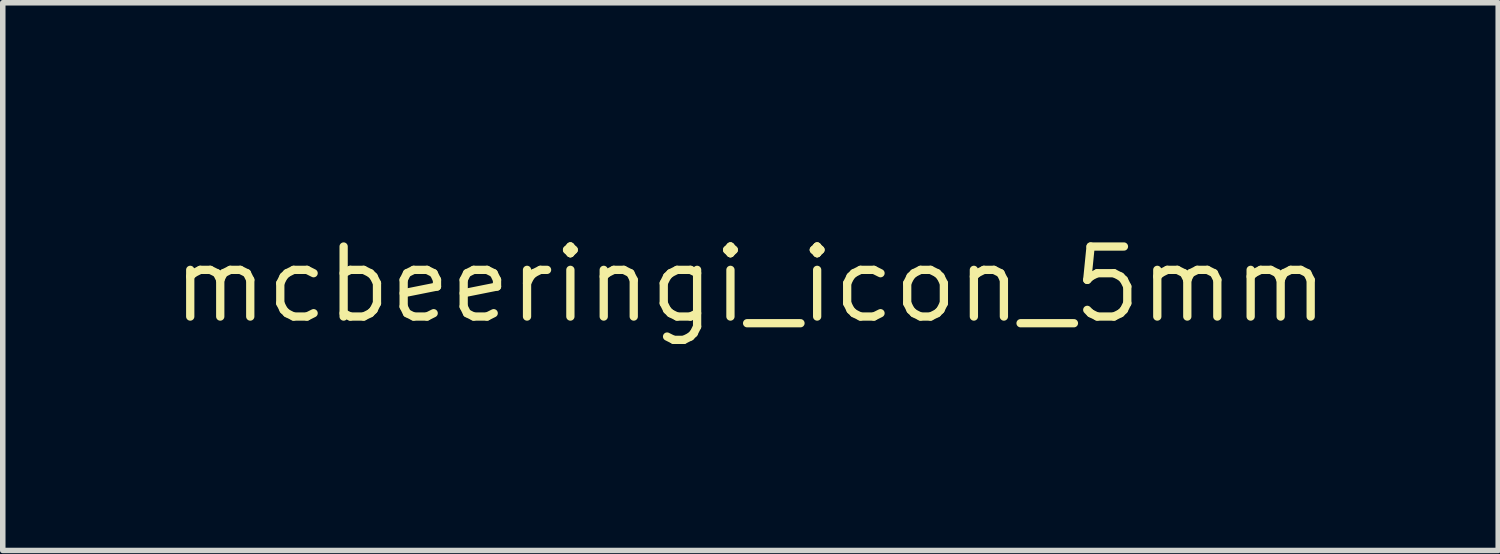
<source format=kicad_pcb>
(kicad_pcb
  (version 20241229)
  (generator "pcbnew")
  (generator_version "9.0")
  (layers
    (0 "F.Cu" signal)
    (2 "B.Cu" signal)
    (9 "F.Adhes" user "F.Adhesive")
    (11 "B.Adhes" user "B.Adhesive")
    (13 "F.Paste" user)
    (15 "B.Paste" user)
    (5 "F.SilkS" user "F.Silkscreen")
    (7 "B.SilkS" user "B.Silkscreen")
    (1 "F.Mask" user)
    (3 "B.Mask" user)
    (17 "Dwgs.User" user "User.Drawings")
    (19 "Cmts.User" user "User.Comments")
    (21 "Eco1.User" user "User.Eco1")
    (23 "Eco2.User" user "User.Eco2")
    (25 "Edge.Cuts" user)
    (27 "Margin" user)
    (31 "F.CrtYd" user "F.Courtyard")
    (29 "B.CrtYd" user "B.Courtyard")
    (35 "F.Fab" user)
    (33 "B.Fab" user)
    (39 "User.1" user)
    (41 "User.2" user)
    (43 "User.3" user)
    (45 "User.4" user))
  (footprint "mcbeeringi_icon_5mm"
    (layer "F.Cu")
    (at 10.56 2.111)
    (property "Reference" "mcbeeringi_icon_5mm" (at 0 0 0) (layer "F.SilkS") (effects (font (size 1.27 1.27) (thickness 0.15))))
    (attr board_only exclude_from_pos_files exclude_from_bom)
    (fp_poly (pts (xy 0.645 0.513) (xy 0.654 0.519) (xy 0.662 0.532) (xy 0.663 0.546) (xy 0.659 0.565) (xy 0.652 0.582) (xy 0.64 0.617) (xy 0.634 0.659) (xy 0.632 0.707) (xy 0.635 0.761) (xy 0.643 0.819) (xy 0.65 0.858) (xy 0.656 0.89) (xy 0.661 0.914) (xy 0.663 0.931) (xy 0.663 0.944) (xy 0.661 0.953) (xy 0.657 0.96) (xy 0.653 0.964) (xy 0.636 0.975) (xy 0.619 0.976) (xy 0.602 0.968) (xy 0.599 0.966) (xy 0.592 0.956) (xy 0.585 0.942) (xy 0.579 0.92) (xy 0.577 0.911) (xy 0.565 0.849) (xy 0.556 0.789) (xy 0.552 0.732) (xy 0.551 0.68) (xy 0.555 0.633) (xy 0.562 0.591) (xy 0.573 0.557) (xy 0.587 0.53) (xy 0.595 0.521) (xy 0.611 0.511) (xy 0.628 0.508)) (stroke (width 0) (type solid)) (fill yes) (layer "F.Mask"))
    (fp_poly (pts (xy 1.334 -0.699) (xy 1.337 -0.688) (xy 1.339 -0.673) (xy 1.338 -0.656) (xy 1.335 -0.641) (xy 1.331 -0.632) (xy 1.314 -0.613) (xy 1.287 -0.596) (xy 1.252 -0.581) (xy 1.209 -0.569) (xy 1.159 -0.559) (xy 1.158 -0.559) (xy 1.141 -0.557) (xy 1.118 -0.554) (xy 1.093 -0.553) (xy 1.065 -0.551) (xy 1.037 -0.55) (xy 1.011 -0.549) (xy 0.986 -0.548) (xy 0.967 -0.548) (xy 0.952 -0.549) (xy 0.945 -0.55) (xy 0.945 -0.551) (xy 0.954 -0.555) (xy 0.97 -0.562) (xy 0.993 -0.571) (xy 1.02 -0.582) (xy 1.052 -0.595) (xy 1.086 -0.608) (xy 1.122 -0.623) (xy 1.158 -0.637) (xy 1.194 -0.651) (xy 1.228 -0.664) (xy 1.258 -0.676) (xy 1.285 -0.687) (xy 1.306 -0.695) (xy 1.321 -0.701) (xy 1.328 -0.703) (xy 1.328 -0.703)) (stroke (width 0) (type solid)) (fill yes) (layer "F.Mask"))
    (fp_poly (pts (xy 1.105 -0.773) (xy 1.113 -0.758) (xy 1.117 -0.739) (xy 1.118 -0.723) (xy 1.115 -0.712) (xy 1.107 -0.701) (xy 1.104 -0.697) (xy 1.082 -0.678) (xy 1.052 -0.661) (xy 1.013 -0.645) (xy 0.968 -0.631) (xy 0.916 -0.619) (xy 0.859 -0.609) (xy 0.798 -0.601) (xy 0.732 -0.596) (xy 0.674 -0.594) (xy 0.646 -0.594) (xy 0.619 -0.593) (xy 0.595 -0.594) (xy 0.578 -0.594) (xy 0.574 -0.594) (xy 0.544 -0.597) (xy 0.513 -0.6) (xy 0.484 -0.604) (xy 0.456 -0.608) (xy 0.431 -0.613) (xy 0.412 -0.617) (xy 0.398 -0.621) (xy 0.393 -0.624) (xy 0.393 -0.626) (xy 0.399 -0.628) (xy 0.413 -0.631) (xy 0.435 -0.636) (xy 0.465 -0.643) (xy 0.501 -0.651) (xy 0.542 -0.661) (xy 0.589 -0.671) (xy 0.64 -0.682) (xy 0.694 -0.695) (xy 0.746 -0.706) (xy 1.094 -0.783)) (stroke (width 0) (type solid)) (fill yes) (layer "F.Mask"))
    (fp_poly (pts (xy 1.568 -0.308) (xy 1.576 -0.3) (xy 1.588 -0.288) (xy 1.594 -0.28) (xy 1.632 -0.232) (xy 1.667 -0.178) (xy 1.699 -0.119) (xy 1.727 -0.059) (xy 1.751 0.001) (xy 1.768 0.06) (xy 1.78 0.115) (xy 1.782 0.132) (xy 1.784 0.18) (xy 1.781 0.22) (xy 1.773 0.253) (xy 1.758 0.281) (xy 1.742 0.299) (xy 1.73 0.309) (xy 1.723 0.312) (xy 1.718 0.31) (xy 1.717 0.309) (xy 1.715 0.303) (xy 1.712 0.289) (xy 1.706 0.267) (xy 1.699 0.239) (xy 1.69 0.205) (xy 1.68 0.167) (xy 1.67 0.125) (xy 1.659 0.08) (xy 1.647 0.034) (xy 1.635 -0.013) (xy 1.624 -0.059) (xy 1.613 -0.105) (xy 1.602 -0.148) (xy 1.592 -0.188) (xy 1.584 -0.224) (xy 1.576 -0.255) (xy 1.57 -0.28) (xy 1.566 -0.298) (xy 1.564 -0.308) (xy 1.564 -0.309)) (stroke (width 0) (type solid)) (fill yes) (layer "F.Mask"))
    (fp_poly (pts (xy -0.291 0.514) (xy -0.284 0.521) (xy -0.277 0.531) (xy -0.274 0.542) (xy -0.275 0.556) (xy -0.28 0.576) (xy -0.285 0.592) (xy -0.297 0.638) (xy -0.303 0.69) (xy -0.304 0.746) (xy -0.3 0.803) (xy -0.291 0.859) (xy -0.286 0.881) (xy -0.279 0.909) (xy -0.275 0.93) (xy -0.274 0.944) (xy -0.276 0.955) (xy -0.282 0.962) (xy -0.286 0.967) (xy -0.302 0.974) (xy -0.318 0.976) (xy -0.333 0.972) (xy -0.338 0.968) (xy -0.345 0.959) (xy -0.351 0.948) (xy -0.356 0.933) (xy -0.363 0.911) (xy -0.365 0.901) (xy -0.375 0.86) (xy -0.382 0.821) (xy -0.385 0.782) (xy -0.386 0.737) (xy -0.386 0.73) (xy -0.385 0.685) (xy -0.38 0.642) (xy -0.374 0.603) (xy -0.365 0.569) (xy -0.354 0.542) (xy -0.342 0.522) (xy -0.339 0.519) (xy -0.323 0.51) (xy -0.306 0.508)) (stroke (width 0) (type solid)) (fill yes) (layer "F.Mask"))
    (fp_poly (pts (xy -0.929 -0.896) (xy -0.921 -0.894) (xy -0.901 -0.888) (xy -0.883 -0.88) (xy -0.868 -0.87) (xy -0.861 -0.862) (xy -0.861 -0.861) (xy -0.863 -0.855) (xy -0.872 -0.846) (xy -0.882 -0.837) (xy -0.891 -0.83) (xy -0.906 -0.818) (xy -0.926 -0.801) (xy -0.952 -0.779) (xy -0.983 -0.754) (xy -1.016 -0.726) (xy -1.053 -0.695) (xy -1.092 -0.663) (xy -1.111 -0.647) (xy -1.15 -0.615) (xy -1.186 -0.584) (xy -1.22 -0.556) (xy -1.25 -0.531) (xy -1.276 -0.51) (xy -1.297 -0.493) (xy -1.312 -0.48) (xy -1.32 -0.473) (xy -1.322 -0.472) (xy -1.327 -0.472) (xy -1.328 -0.481) (xy -1.328 -0.482) (xy -1.327 -0.498) (xy -1.324 -0.515) (xy -1.317 -0.534) (xy -1.307 -0.558) (xy -1.293 -0.588) (xy -1.289 -0.596) (xy -1.268 -0.635) (xy -1.244 -0.672) (xy -1.216 -0.71) (xy -1.198 -0.733) (xy -1.152 -0.784) (xy -1.106 -0.826) (xy -1.06 -0.858) (xy -1.014 -0.881) (xy -0.98 -0.892) (xy -0.96 -0.896) (xy -0.945 -0.898)) (stroke (width 0) (type solid)) (fill yes) (layer "F.Mask"))
    (fp_poly (pts (xy 0.615 0.3) (xy 0.687 0.305) (xy 0.757 0.315) (xy 0.823 0.329) (xy 0.885 0.349) (xy 0.941 0.372) (xy 0.99 0.399) (xy 1.031 0.429) (xy 1.035 0.433) (xy 1.047 0.445) (xy 1.053 0.455) (xy 1.055 0.467) (xy 1.055 0.469) (xy 1.051 0.488) (xy 1.039 0.501) (xy 1.021 0.508) (xy 1.015 0.508) (xy 1.003 0.506) (xy 0.991 0.5) (xy 0.975 0.488) (xy 0.972 0.486) (xy 0.944 0.465) (xy 0.911 0.446) (xy 0.872 0.43) (xy 0.852 0.423) (xy 0.806 0.409) (xy 0.753 0.398) (xy 0.699 0.389) (xy 0.644 0.383) (xy 0.593 0.381) (xy 0.547 0.383) (xy 0.546 0.383) (xy 0.526 0.385) (xy 0.515 0.388) (xy 0.509 0.391) (xy 0.508 0.395) (xy 0.505 0.405) (xy 0.498 0.417) (xy 0.498 0.417) (xy 0.484 0.427) (xy 0.467 0.43) (xy 0.451 0.426) (xy 0.441 0.419) (xy 0.426 0.397) (xy 0.42 0.376) (xy 0.424 0.354) (xy 0.427 0.347) (xy 0.441 0.33) (xy 0.464 0.317) (xy 0.496 0.308) (xy 0.537 0.302) (xy 0.587 0.3)) (stroke (width 0) (type solid)) (fill yes) (layer "F.Mask"))
    (fp_poly (pts (xy -0.224 0.274) (xy -0.217 0.276) (xy -0.211 0.28) (xy -0.207 0.283) (xy -0.198 0.298) (xy -0.195 0.313) (xy -0.198 0.33) (xy -0.208 0.342) (xy -0.225 0.35) (xy -0.249 0.354) (xy -0.273 0.356) (xy -0.298 0.358) (xy -0.312 0.36) (xy -0.357 0.366) (xy -0.407 0.378) (xy -0.46 0.394) (xy -0.512 0.413) (xy -0.562 0.435) (xy -0.568 0.438) (xy -0.601 0.456) (xy -0.634 0.476) (xy -0.664 0.497) (xy -0.691 0.518) (xy -0.714 0.539) (xy -0.732 0.558) (xy -0.745 0.576) (xy -0.751 0.59) (xy -0.749 0.6) (xy -0.748 0.602) (xy -0.743 0.613) (xy -0.743 0.628) (xy -0.747 0.644) (xy -0.754 0.654) (xy -0.77 0.663) (xy -0.788 0.664) (xy -0.806 0.656) (xy -0.815 0.647) (xy -0.829 0.625) (xy -0.834 0.599) (xy -0.831 0.572) (xy -0.819 0.543) (xy -0.8 0.513) (xy -0.773 0.483) (xy -0.74 0.452) (xy -0.699 0.422) (xy -0.653 0.392) (xy -0.601 0.364) (xy -0.59 0.359) (xy -0.508 0.324) (xy -0.429 0.299) (xy -0.351 0.282) (xy -0.277 0.275) (xy -0.252 0.274) (xy -0.236 0.273)) (stroke (width 0) (type solid)) (fill yes) (layer "F.Mask"))
    (fp_poly (pts (xy 0.321 -0.272) (xy 0.341 -0.264) (xy 0.349 -0.259) (xy 0.368 -0.247) (xy 0.396 -0.236) (xy 0.431 -0.224) (xy 0.473 -0.212) (xy 0.52 -0.201) (xy 0.57 -0.191) (xy 0.623 -0.182) (xy 0.657 -0.178) (xy 0.682 -0.175) (xy 0.711 -0.172) (xy 0.743 -0.171) (xy 0.782 -0.17) (xy 0.827 -0.169) (xy 0.864 -0.169) (xy 0.915 -0.169) (xy 0.958 -0.169) (xy 0.995 -0.171) (xy 1.026 -0.173) (xy 1.054 -0.175) (xy 1.08 -0.179) (xy 1.106 -0.184) (xy 1.126 -0.188) (xy 1.153 -0.194) (xy 1.173 -0.195) (xy 1.188 -0.193) (xy 1.198 -0.186) (xy 1.201 -0.182) (xy 1.21 -0.165) (xy 1.21 -0.147) (xy 1.201 -0.131) (xy 1.2 -0.13) (xy 1.189 -0.123) (xy 1.17 -0.116) (xy 1.144 -0.109) (xy 1.109 -0.102) (xy 1.067 -0.095) (xy 1.041 -0.092) (xy 1.007 -0.089) (xy 0.967 -0.087) (xy 0.923 -0.086) (xy 0.878 -0.085) (xy 0.832 -0.085) (xy 0.789 -0.086) (xy 0.749 -0.087) (xy 0.716 -0.089) (xy 0.698 -0.09) (xy 0.622 -0.1) (xy 0.552 -0.111) (xy 0.488 -0.124) (xy 0.431 -0.138) (xy 0.382 -0.153) (xy 0.342 -0.169) (xy 0.31 -0.186) (xy 0.289 -0.202) (xy 0.278 -0.215) (xy 0.274 -0.228) (xy 0.273 -0.235) (xy 0.277 -0.253) (xy 0.288 -0.266) (xy 0.303 -0.272)) (stroke (width 0) (type solid)) (fill yes) (layer "F.Mask"))
    (fp_poly (pts (xy -0.288 1.063) (xy -0.284 1.068) (xy -0.277 1.078) (xy -0.275 1.088) (xy -0.276 1.1) (xy -0.281 1.116) (xy -0.291 1.138) (xy -0.298 1.151) (xy -0.316 1.188) (xy -0.328 1.219) (xy -0.337 1.246) (xy -0.343 1.272) (xy -0.345 1.297) (xy -0.345 1.326) (xy -0.341 1.348) (xy -0.331 1.364) (xy -0.316 1.376) (xy -0.311 1.379) (xy -0.298 1.385) (xy -0.289 1.386) (xy -0.28 1.382) (xy -0.279 1.381) (xy -0.272 1.377) (xy -0.269 1.373) (xy -0.268 1.365) (xy -0.269 1.352) (xy -0.272 1.333) (xy -0.27 1.315) (xy -0.262 1.3) (xy -0.248 1.291) (xy -0.231 1.289) (xy -0.215 1.294) (xy -0.203 1.306) (xy -0.193 1.324) (xy -0.187 1.346) (xy -0.185 1.37) (xy -0.187 1.393) (xy -0.19 1.404) (xy -0.203 1.426) (xy -0.223 1.445) (xy -0.242 1.456) (xy -0.264 1.462) (xy -0.291 1.464) (xy -0.319 1.462) (xy -0.341 1.457) (xy -0.361 1.446) (xy -0.382 1.429) (xy -0.4 1.41) (xy -0.412 1.39) (xy -0.424 1.354) (xy -0.428 1.313) (xy -0.425 1.267) (xy -0.414 1.219) (xy -0.41 1.206) (xy -0.402 1.184) (xy -0.392 1.16) (xy -0.38 1.135) (xy -0.367 1.11) (xy -0.356 1.089) (xy -0.345 1.073) (xy -0.338 1.064) (xy -0.338 1.064) (xy -0.321 1.056) (xy -0.303 1.056)) (stroke (width 0) (type solid)) (fill yes) (layer "F.Mask"))
    (fp_poly (pts (xy 1.106 -0.036) (xy 1.126 -0.028) (xy 1.15 -0.015) (xy 1.178 0.002) (xy 1.208 0.021) (xy 1.24 0.042) (xy 1.272 0.065) (xy 1.303 0.088) (xy 1.332 0.11) (xy 1.356 0.132) (xy 1.373 0.147) (xy 1.395 0.17) (xy 1.413 0.192) (xy 1.427 0.215) (xy 1.44 0.24) (xy 1.451 0.269) (xy 1.462 0.304) (xy 1.473 0.346) (xy 1.486 0.394) (xy 1.499 0.436) (xy 1.515 0.473) (xy 1.534 0.508) (xy 1.557 0.543) (xy 1.585 0.58) (xy 1.619 0.619) (xy 1.635 0.637) (xy 1.654 0.658) (xy 1.667 0.674) (xy 1.675 0.685) (xy 1.679 0.694) (xy 1.68 0.701) (xy 1.676 0.72) (xy 1.665 0.734) (xy 1.649 0.742) (xy 1.642 0.742) (xy 1.633 0.742) (xy 1.625 0.739) (xy 1.615 0.732) (xy 1.603 0.721) (xy 1.587 0.704) (xy 1.535 0.648) (xy 1.491 0.593) (xy 1.456 0.539) (xy 1.45 0.527) (xy 1.434 0.496) (xy 1.42 0.461) (xy 1.407 0.419) (xy 1.394 0.369) (xy 1.386 0.335) (xy 1.379 0.309) (xy 1.373 0.289) (xy 1.366 0.273) (xy 1.358 0.259) (xy 1.349 0.245) (xy 1.343 0.236) (xy 1.321 0.211) (xy 1.292 0.184) (xy 1.255 0.154) (xy 1.212 0.123) (xy 1.164 0.09) (xy 1.111 0.058) (xy 1.105 0.054) (xy 1.087 0.043) (xy 1.073 0.032) (xy 1.063 0.024) (xy 1.062 0.023) (xy 1.055 0.006) (xy 1.056 -0.011) (xy 1.065 -0.026) (xy 1.078 -0.036) (xy 1.094 -0.039)) (stroke (width 0) (type solid)) (fill yes) (layer "F.Mask"))
    (fp_poly (pts (xy 1.355 1.144) (xy 1.367 1.147) (xy 1.386 1.156) (xy 1.407 1.172) (xy 1.426 1.193) (xy 1.443 1.216) (xy 1.45 1.229) (xy 1.46 1.257) (xy 1.465 1.289) (xy 1.463 1.322) (xy 1.458 1.347) (xy 1.441 1.384) (xy 1.415 1.422) (xy 1.38 1.461) (xy 1.338 1.5) (xy 1.287 1.539) (xy 1.229 1.578) (xy 1.165 1.616) (xy 1.094 1.653) (xy 1.018 1.689) (xy 0.936 1.724) (xy 0.85 1.756) (xy 0.817 1.768) (xy 0.784 1.778) (xy 0.751 1.789) (xy 0.719 1.798) (xy 0.691 1.806) (xy 0.676 1.809) (xy 0.648 1.815) (xy 0.621 1.819) (xy 0.597 1.821) (xy 0.579 1.822) (xy 0.567 1.82) (xy 0.565 1.818) (xy 0.565 1.812) (xy 0.57 1.802) (xy 0.578 1.792) (xy 0.586 1.784) (xy 0.596 1.777) (xy 0.613 1.766) (xy 0.637 1.753) (xy 0.665 1.737) (xy 0.697 1.72) (xy 0.73 1.702) (xy 0.747 1.694) (xy 0.832 1.648) (xy 0.908 1.604) (xy 0.975 1.562) (xy 1.033 1.521) (xy 1.045 1.512) (xy 1.07 1.492) (xy 1.095 1.469) (xy 1.12 1.445) (xy 1.142 1.42) (xy 1.161 1.398) (xy 1.174 1.379) (xy 1.178 1.372) (xy 1.19 1.342) (xy 1.195 1.317) (xy 1.193 1.294) (xy 1.184 1.272) (xy 1.174 1.257) (xy 1.16 1.235) (xy 1.157 1.215) (xy 1.162 1.197) (xy 1.177 1.18) (xy 1.195 1.167) (xy 1.221 1.155) (xy 1.253 1.146) (xy 1.288 1.141) (xy 1.323 1.14)) (stroke (width 0) (type solid)) (fill yes) (layer "F.Mask"))
    (fp_poly (pts (xy 0.251 -0.504) (xy 0.264 -0.493) (xy 0.272 -0.478) (xy 0.273 -0.47) (xy 0.272 -0.46) (xy 0.267 -0.448) (xy 0.257 -0.434) (xy 0.242 -0.415) (xy 0.221 -0.392) (xy 0.203 -0.373) (xy 0.146 -0.317) (xy 0.083 -0.263) (xy 0.015 -0.213) (xy -0.055 -0.168) (xy -0.127 -0.128) (xy -0.197 -0.095) (xy -0.26 -0.071) (xy -0.315 -0.056) (xy -0.363 -0.048) (xy -0.406 -0.046) (xy -0.441 -0.051) (xy -0.47 -0.063) (xy -0.493 -0.082) (xy -0.508 -0.108) (xy -0.513 -0.122) (xy -0.516 -0.138) (xy -0.516 -0.153) (xy -0.515 -0.157) (xy -0.514 -0.167) (xy -0.516 -0.171) (xy -0.516 -0.171) (xy -0.526 -0.169) (xy -0.543 -0.165) (xy -0.566 -0.159) (xy -0.591 -0.151) (xy -0.618 -0.142) (xy -0.644 -0.133) (xy -0.667 -0.124) (xy -0.668 -0.124) (xy -0.747 -0.089) (xy -0.824 -0.049) (xy -0.896 -0.003) (xy -0.964 0.046) (xy -1.027 0.1) (xy -1.084 0.156) (xy -1.134 0.215) (xy -1.177 0.276) (xy -1.212 0.337) (xy -1.239 0.4) (xy -1.257 0.462) (xy -1.258 0.468) (xy -1.264 0.52) (xy -1.262 0.568) (xy -1.25 0.613) (xy -1.23 0.658) (xy -1.221 0.676) (xy -1.215 0.693) (xy -1.211 0.705) (xy -1.211 0.707) (xy -1.216 0.723) (xy -1.227 0.735) (xy -1.244 0.742) (xy -1.251 0.742) (xy -1.264 0.741) (xy -1.274 0.735) (xy -1.284 0.724) (xy -1.309 0.687) (xy -1.327 0.644) (xy -1.34 0.596) (xy -1.345 0.545) (xy -1.344 0.492) (xy -1.335 0.438) (xy -1.332 0.425) (xy -1.308 0.352) (xy -1.275 0.282) (xy -1.233 0.212) (xy -1.181 0.144) (xy -1.12 0.077) (xy -1.105 0.062) (xy -1.046 0.007) (xy -0.986 -0.041) (xy -0.924 -0.084) (xy -0.867 -0.12) (xy -0.807 -0.152) (xy -0.748 -0.18) (xy -0.687 -0.205) (xy -0.623 -0.226) (xy -0.553 -0.245) (xy -0.485 -0.261) (xy -0.477 -0.267) (xy -0.467 -0.277) (xy -0.461 -0.284) (xy -0.45 -0.3) (xy -0.437 -0.319) (xy -0.429 -0.328) (xy -0.417 -0.342) (xy -0.407 -0.349) (xy -0.397 -0.351) (xy -0.392 -0.352) (xy -0.376 -0.348) (xy -0.361 -0.337) (xy -0.353 -0.323) (xy -0.352 -0.315) (xy -0.354 -0.301) (xy -0.359 -0.288) (xy -0.367 -0.273) (xy -0.331 -0.273) (xy -0.311 -0.273) (xy -0.299 -0.271) (xy -0.291 -0.268) (xy -0.284 -0.262) (xy -0.275 -0.247) (xy -0.274 -0.229) (xy -0.28 -0.212) (xy -0.285 -0.206) (xy -0.291 -0.201) (xy -0.299 -0.198) (xy -0.312 -0.196) (xy -0.33 -0.194) (xy -0.352 -0.192) (xy -0.381 -0.19) (xy -0.402 -0.188) (xy -0.416 -0.185) (xy -0.424 -0.181) (xy -0.429 -0.175) (xy -0.432 -0.166) (xy -0.432 -0.164) (xy -0.434 -0.147) (xy -0.43 -0.137) (xy -0.419 -0.131) (xy -0.412 -0.129) (xy -0.389 -0.128) (xy -0.359 -0.131) (xy -0.325 -0.138) (xy -0.287 -0.149) (xy -0.247 -0.163) (xy -0.207 -0.179) (xy -0.188 -0.188) (xy -0.104 -0.233) (xy -0.025 -0.285) (xy 0.051 -0.343) (xy 0.123 -0.41) (xy 0.157 -0.444) (xy 0.179 -0.467) (xy 0.195 -0.484) (xy 0.208 -0.495) (xy 0.217 -0.503) (xy 0.224 -0.506) (xy 0.231 -0.508) (xy 0.233 -0.508)) (stroke (width 0) (type solid)) (fill yes) (layer "F.Mask"))
    (fp_poly (pts (xy 0.411 -2.108) (xy 0.412 -2.108) (xy 0.442 -2.097) (xy 0.467 -2.079) (xy 0.486 -2.052) (xy 0.491 -2.044) (xy 0.498 -2.028) (xy 0.502 -2.015) (xy 0.505 -2) (xy 0.505 -1.981) (xy 0.505 -1.971) (xy 0.5 -1.921) (xy 0.486 -1.871) (xy 0.461 -1.821) (xy 0.428 -1.77) (xy 0.385 -1.719) (xy 0.333 -1.669) (xy 0.298 -1.639) (xy 0.277 -1.623) (xy 0.262 -1.612) (xy 0.251 -1.605) (xy 0.241 -1.602) (xy 0.234 -1.602) (xy 0.215 -1.606) (xy 0.202 -1.617) (xy 0.196 -1.634) (xy 0.196 -1.644) (xy 0.198 -1.653) (xy 0.202 -1.661) (xy 0.209 -1.67) (xy 0.222 -1.682) (xy 0.234 -1.692) (xy 0.285 -1.735) (xy 0.329 -1.779) (xy 0.365 -1.823) (xy 0.392 -1.866) (xy 0.412 -1.907) (xy 0.423 -1.947) (xy 0.425 -1.972) (xy 0.422 -1.999) (xy 0.415 -2.018) (xy 0.402 -2.028) (xy 0.383 -2.031) (xy 0.359 -2.026) (xy 0.339 -2.017) (xy 0.307 -1.998) (xy 0.273 -1.97) (xy 0.239 -1.934) (xy 0.205 -1.89) (xy 0.171 -1.841) (xy 0.138 -1.785) (xy 0.106 -1.725) (xy 0.077 -1.661) (xy 0.063 -1.628) (xy 0.058 -1.614) (xy 0.05 -1.595) (xy 0.042 -1.572) (xy 0.033 -1.549) (xy 0.025 -1.525) (xy 0.017 -1.503) (xy 0.01 -1.485) (xy 0.006 -1.473) (xy 0.005 -1.468) (xy 0.01 -1.468) (xy 0.023 -1.468) (xy 0.043 -1.468) (xy 0.07 -1.468) (xy 0.101 -1.467) (xy 0.136 -1.467) (xy 0.138 -1.467) (xy 0.196 -1.467) (xy 0.246 -1.465) (xy 0.289 -1.463) (xy 0.327 -1.459) (xy 0.36 -1.454) (xy 0.391 -1.447) (xy 0.397 -1.445) (xy 0.415 -1.436) (xy 0.426 -1.422) (xy 0.429 -1.405) (xy 0.424 -1.387) (xy 0.419 -1.38) (xy 0.415 -1.375) (xy 0.41 -1.371) (xy 0.404 -1.369) (xy 0.394 -1.368) (xy 0.381 -1.369) (xy 0.361 -1.371) (xy 0.335 -1.374) (xy 0.301 -1.379) (xy 0.293 -1.38) (xy 0.263 -1.383) (xy 0.229 -1.386) (xy 0.189 -1.387) (xy 0.14 -1.387) (xy 0.125 -1.387) (xy 0.082 -1.387) (xy 0.048 -1.386) (xy 0.022 -1.385) (xy 0.002 -1.383) (xy -0.011 -1.381) (xy -0.019 -1.378) (xy -0.023 -1.374) (xy -0.023 -1.372) (xy -0.023 -1.369) (xy -0.018 -1.367) (xy -0.008 -1.366) (xy 0.009 -1.366) (xy 0.034 -1.367) (xy 0.035 -1.367) (xy 0.06 -1.367) (xy 0.077 -1.367) (xy 0.088 -1.366) (xy 0.096 -1.364) (xy 0.102 -1.36) (xy 0.105 -1.357) (xy 0.114 -1.347) (xy 0.117 -1.339) (xy 0.117 -1.338) (xy 0.118 -1.336) (xy 0.122 -1.334) (xy 0.13 -1.333) (xy 0.142 -1.332) (xy 0.162 -1.331) (xy 0.188 -1.331) (xy 0.216 -1.332) (xy 0.25 -1.332) (xy 0.283 -1.331) (xy 0.315 -1.33) (xy 0.341 -1.329) (xy 0.359 -1.328) (xy 0.474 -1.312) (xy 0.585 -1.29) (xy 0.691 -1.262) (xy 0.793 -1.228) (xy 0.888 -1.188) (xy 0.977 -1.143) (xy 1.06 -1.092) (xy 1.134 -1.036) (xy 1.179 -0.996) (xy 1.198 -0.98) (xy 1.217 -0.965) (xy 1.233 -0.953) (xy 1.238 -0.95) (xy 1.252 -0.942) (xy 1.271 -0.929) (xy 1.293 -0.915) (xy 1.313 -0.903) (xy 1.363 -0.869) (xy 1.375 -0.884) (xy 1.387 -0.894) (xy 1.4 -0.898) (xy 1.406 -0.899) (xy 1.423 -0.896) (xy 1.434 -0.889) (xy 1.442 -0.874) (xy 1.447 -0.852) (xy 1.449 -0.837) (xy 1.452 -0.798) (xy 1.502 -0.751) (xy 1.584 -0.667) (xy 1.658 -0.576) (xy 1.725 -0.48) (xy 1.784 -0.379) (xy 1.835 -0.274) (xy 1.877 -0.165) (xy 1.911 -0.053) (xy 1.936 0.061) (xy 1.952 0.178) (xy 1.958 0.295) (xy 1.958 0.313) (xy 1.956 0.405) (xy 1.948 0.491) (xy 1.934 0.569) (xy 1.915 0.642) (xy 1.89 0.71) (xy 1.881 0.73) (xy 1.853 0.783) (xy 1.822 0.827) (xy 1.788 0.862) (xy 1.75 0.89) (xy 1.731 0.9) (xy 1.714 0.909) (xy 1.703 0.917) (xy 1.696 0.927) (xy 1.69 0.939) (xy 1.681 0.959) (xy 1.669 0.982) (xy 1.656 1.008) (xy 1.641 1.035) (xy 1.627 1.061) (xy 1.614 1.084) (xy 1.602 1.104) (xy 1.593 1.117) (xy 1.589 1.122) (xy 1.573 1.131) (xy 1.555 1.132) (xy 1.539 1.126) (xy 1.534 1.122) (xy 1.526 1.109) (xy 1.525 1.093) (xy 1.53 1.073) (xy 1.541 1.05) (xy 1.554 1.025) (xy 1.568 1) (xy 1.58 0.975) (xy 1.591 0.954) (xy 1.599 0.937) (xy 1.604 0.925) (xy 1.606 0.921) (xy 1.601 0.919) (xy 1.589 0.914) (xy 1.574 0.909) (xy 1.549 0.897) (xy 1.532 0.882) (xy 1.524 0.867) (xy 1.524 0.85) (xy 1.534 0.834) (xy 1.536 0.832) (xy 1.552 0.822) (xy 1.573 0.821) (xy 1.594 0.827) (xy 1.611 0.833) (xy 1.629 0.836) (xy 1.629 0.836) (xy 1.648 0.838) (xy 1.675 0.772) (xy 1.68 0.759) (xy 1.768 0.759) (xy 1.77 0.762) (xy 1.773 0.759) (xy 1.77 0.757) (xy 1.768 0.759) (xy 1.68 0.759) (xy 1.683 0.752) (xy 1.772 0.752) (xy 1.775 0.751) (xy 1.781 0.744) (xy 1.789 0.731) (xy 1.792 0.726) (xy 1.815 0.678) (xy 1.836 0.621) (xy 1.853 0.558) (xy 1.865 0.49) (xy 1.874 0.418) (xy 1.875 0.407) (xy 1.876 0.385) (xy 1.876 0.37) (xy 1.875 0.363) (xy 1.873 0.363) (xy 1.871 0.372) (xy 1.869 0.39) (xy 1.869 0.392) (xy 1.863 0.435) (xy 1.853 0.485) (xy 1.84 0.539) (xy 1.824 0.597) (xy 1.805 0.657) (xy 1.785 0.716) (xy 1.774 0.746) (xy 1.772 0.752) (xy 1.683 0.752) (xy 1.717 0.663) (xy 1.75 0.559) (xy 1.774 0.459) (xy 1.79 0.362) (xy 1.79 0.352) (xy 1.875 0.352) (xy 1.877 0.356) (xy 1.879 0.355) (xy 1.879 0.349) (xy 1.879 0.348) (xy 1.876 0.349) (xy 1.875 0.352) (xy 1.79 0.352) (xy 1.792 0.325) (xy 1.877 0.325) (xy 1.877 0.335) (xy 1.878 0.337) (xy 1.879 0.336) (xy 1.88 0.324) (xy 1.879 0.316) (xy 1.877 0.314) (xy 1.877 0.319) (xy 1.877 0.325) (xy 1.792 0.325) (xy 1.796 0.269) (xy 1.795 0.18) (xy 1.784 0.094) (xy 1.765 0.012) (xy 1.74 -0.06) (xy 1.728 -0.09) (xy 1.72 -0.11) (xy 1.807 -0.11) (xy 1.809 -0.107) (xy 1.812 -0.11) (xy 1.809 -0.112) (xy 1.807 -0.11) (xy 1.72 -0.11) (xy 1.716 -0.117) (xy 1.714 -0.122) (xy 1.802 -0.122) (xy 1.804 -0.118) (xy 1.805 -0.119) (xy 1.806 -0.125) (xy 1.805 -0.125) (xy 1.802 -0.125) (xy 1.802 -0.122) (xy 1.714 -0.122) (xy 1.703 -0.145) (xy 1.689 -0.173) (xy 1.672 -0.203) (xy 1.652 -0.235) (xy 1.629 -0.273) (xy 1.602 -0.315) (xy 1.57 -0.365) (xy 1.564 -0.374) (xy 1.526 -0.431) (xy 1.494 -0.483) (xy 1.467 -0.528) (xy 1.444 -0.569) (xy 1.426 -0.606) (xy 1.414 -0.632) (xy 1.504 -0.632) (xy 1.518 -0.603) (xy 1.526 -0.589) (xy 1.536 -0.571) (xy 1.55 -0.548) (xy 1.567 -0.519) (xy 1.589 -0.485) (xy 1.615 -0.444) (xy 1.647 -0.395) (xy 1.664 -0.369) (xy 1.695 -0.32) (xy 1.723 -0.275) (xy 1.747 -0.235) (xy 1.766 -0.2) (xy 1.781 -0.171) (xy 1.788 -0.157) (xy 1.795 -0.141) (xy 1.799 -0.134) (xy 1.8 -0.136) (xy 1.798 -0.145) (xy 1.793 -0.162) (xy 1.789 -0.171) (xy 1.76 -0.245) (xy 1.724 -0.32) (xy 1.682 -0.395) (xy 1.637 -0.467) (xy 1.588 -0.534) (xy 1.538 -0.595) (xy 1.526 -0.608) (xy 1.504 -0.632) (xy 1.414 -0.632) (xy 1.41 -0.641) (xy 1.398 -0.674) (xy 1.388 -0.706) (xy 1.384 -0.721) (xy 1.376 -0.755) (xy 1.334 -0.788) (xy 1.292 -0.82) (xy 1.29 -0.792) (xy 1.287 -0.768) (xy 1.278 -0.753) (xy 1.264 -0.744) (xy 1.25 -0.742) (xy 1.232 -0.746) (xy 1.219 -0.759) (xy 1.21 -0.78) (xy 1.208 -0.79) (xy 1.2 -0.824) (xy 1.186 -0.857) (xy 1.172 -0.878) (xy 1.163 -0.891) (xy 1.154 -0.901) (xy 1.141 -0.91) (xy 1.124 -0.92) (xy 1.108 -0.928) (xy 1.061 -0.95) (xy 1.008 -0.973) (xy 0.952 -0.996) (xy 0.895 -1.017) (xy 0.841 -1.035) (xy 0.792 -1.049) (xy 0.787 -1.05) (xy 0.766 -1.059) (xy 0.751 -1.072) (xy 0.743 -1.087) (xy 0.743 -1.104) (xy 0.751 -1.119) (xy 0.754 -1.123) (xy 0.759 -1.127) (xy 0.822 -1.127) (xy 0.823 -1.124) (xy 0.825 -1.123) (xy 0.829 -1.125) (xy 0.829 -1.127) (xy 0.823 -1.127) (xy 0.822 -1.127) (xy 0.759 -1.127) (xy 0.763 -1.13) (xy 0.772 -1.133) (xy 0.786 -1.132) (xy 0.792 -1.132) (xy 0.818 -1.129) (xy 0.796 -1.139) (xy 0.775 -1.147) (xy 0.747 -1.157) (xy 0.714 -1.169) (xy 0.678 -1.18) (xy 0.642 -1.191) (xy 0.609 -1.2) (xy 0.603 -1.202) (xy 0.487 -1.227) (xy 0.371 -1.243) (xy 0.254 -1.25) (xy 0.23 -1.25) (xy 0.117 -1.246) (xy 0.01 -1.234) (xy -0.092 -1.214) (xy -0.19 -1.185) (xy -0.284 -1.148) (xy -0.375 -1.103) (xy -0.412 -1.081) (xy -0.439 -1.066) (xy -0.459 -1.057) (xy -0.471 -1.055) (xy -0.488 -1.059) (xy -0.5 -1.07) (xy -0.507 -1.085) (xy -0.507 -1.101) (xy -0.499 -1.118) (xy -0.497 -1.12) (xy -0.485 -1.131) (xy -0.466 -1.144) (xy -0.441 -1.159) (xy -0.412 -1.176) (xy -0.38 -1.193) (xy -0.347 -1.209) (xy -0.315 -1.225) (xy -0.286 -1.238) (xy -0.271 -1.243) (xy -0.257 -1.249) (xy -0.252 -1.253) (xy -0.254 -1.254) (xy -0.264 -1.254) (xy -0.279 -1.252) (xy -0.299 -1.248) (xy -0.324 -1.243) (xy -0.353 -1.237) (xy -0.384 -1.23) (xy -0.417 -1.223) (xy -0.451 -1.214) (xy -0.485 -1.205) (xy -0.518 -1.196) (xy -0.55 -1.187) (xy -0.579 -1.178) (xy -0.584 -1.177) (xy -0.69 -1.139) (xy -0.791 -1.095) (xy -0.879 -1.051) (xy -0.929 -1.024) (xy -0.905 -1.016) (xy -0.875 -1.003) (xy -0.85 -0.988) (xy -0.833 -0.97) (xy -0.823 -0.952) (xy -0.821 -0.933) (xy -0.828 -0.915) (xy -0.831 -0.911) (xy -0.845 -0.9) (xy -0.861 -0.898) (xy -0.88 -0.905) (xy -0.896 -0.918) (xy -0.911 -0.93) (xy -0.926 -0.937) (xy -0.944 -0.94) (xy -0.965 -0.941) (xy -0.992 -0.938) (xy -1.021 -0.934) (xy -1.05 -0.928) (xy -1.074 -0.92) (xy -1.076 -0.92) (xy -1.096 -0.909) (xy -1.12 -0.893) (xy -1.147 -0.873) (xy -1.174 -0.85) (xy -1.201 -0.825) (xy -1.225 -0.8) (xy -1.245 -0.777) (xy -1.247 -0.774) (xy -1.291 -0.71) (xy -1.326 -0.646) (xy -1.352 -0.583) (xy -1.369 -0.521) (xy -1.377 -0.457) (xy -1.377 -0.391) (xy -1.372 -0.348) (xy -1.369 -0.327) (xy -1.368 -0.312) (xy -1.369 -0.303) (xy -1.371 -0.296) (xy -1.374 -0.291) (xy -1.387 -0.279) (xy -1.403 -0.274) (xy -1.42 -0.276) (xy -1.434 -0.285) (xy -1.438 -0.29) (xy -1.447 -0.309) (xy -1.453 -0.336) (xy -1.457 -0.37) (xy -1.459 -0.41) (xy -1.459 -0.447) (xy -1.458 -0.473) (xy -1.456 -0.496) (xy -1.455 -0.514) (xy -1.453 -0.526) (xy -1.453 -0.527) (xy -1.451 -0.536) (xy -1.453 -0.536) (xy -1.458 -0.53) (xy -1.466 -0.519) (xy -1.477 -0.501) (xy -1.491 -0.479) (xy -1.506 -0.452) (xy -1.522 -0.424) (xy -1.537 -0.397) (xy -1.552 -0.371) (xy -1.563 -0.348) (xy -1.566 -0.342) (xy -1.618 -0.225) (xy -1.66 -0.105) (xy -1.692 0.018) (xy -1.716 0.143) (xy -1.722 0.188) (xy -1.726 0.231) (xy -1.728 0.281) (xy -1.729 0.334) (xy -1.729 0.388) (xy -1.728 0.44) (xy -1.725 0.488) (xy -1.721 0.522) (xy -1.709 0.599) (xy -1.691 0.67) (xy -1.67 0.736) (xy -1.644 0.795) (xy -1.615 0.848) (xy -1.582 0.893) (xy -1.546 0.931) (xy -1.507 0.961) (xy -1.466 0.983) (xy -1.423 0.996) (xy -1.377 1) (xy -1.363 1) (xy -1.339 0.997) (xy -1.314 0.992) (xy -1.294 0.987) (xy -1.276 0.982) (xy -1.259 0.978) (xy -1.249 0.977) (xy -1.233 0.981) (xy -1.22 0.993) (xy -1.212 1.009) (xy -1.211 1.017) (xy -1.215 1.033) (xy -1.226 1.047) (xy -1.246 1.058) (xy -1.255 1.061) (xy -1.312 1.077) (xy -1.368 1.083) (xy -1.423 1.079) (xy -1.475 1.067) (xy -1.525 1.046) (xy -1.573 1.015) (xy -1.617 0.977) (xy -1.657 0.93) (xy -1.694 0.875) (xy -1.714 0.838) (xy -1.745 0.768) (xy -1.769 0.695) (xy -1.788 0.618) (xy -1.801 0.536) (xy -1.809 0.448) (xy -1.811 0.354) (xy -1.81 0.313) (xy -1.802 0.186) (xy -1.785 0.062) (xy -1.758 -0.061) (xy -1.722 -0.18) (xy -1.676 -0.298) (xy -1.621 -0.413) (xy -1.556 -0.527) (xy -1.503 -0.608) (xy -1.494 -0.621) (xy -1.489 -0.628) (xy -1.488 -0.631) (xy -1.492 -0.628) (xy -1.501 -0.618) (xy -1.515 -0.603) (xy -1.535 -0.58) (xy -1.543 -0.571) (xy -1.612 -0.485) (xy -1.674 -0.392) (xy -1.729 -0.294) (xy -1.775 -0.193) (xy -1.805 -0.114) (xy -1.825 -0.046) (xy -1.841 0.019) (xy -1.853 0.083) (xy -1.86 0.15) (xy -1.864 0.224) (xy -1.864 0.232) (xy -1.865 0.304) (xy -1.862 0.369) (xy -1.855 0.43) (xy -1.845 0.491) (xy -1.843 0.5) (xy -1.838 0.525) (xy -1.837 0.544) (xy -1.838 0.557) (xy -1.843 0.568) (xy -1.846 0.573) (xy -1.86 0.584) (xy -1.877 0.586) (xy -1.894 0.581) (xy -1.902 0.575) (xy -1.91 0.562) (xy -1.917 0.541) (xy -1.924 0.512) (xy -1.931 0.478) (xy -1.936 0.439) (xy -1.941 0.396) (xy -1.945 0.351) (xy -1.947 0.305) (xy -1.948 0.26) (xy -1.947 0.217) (xy -1.938 0.106) (xy -1.92 -0.003) (xy -1.892 -0.11) (xy -1.855 -0.215) (xy -1.809 -0.318) (xy -1.754 -0.418) (xy -1.689 -0.515) (xy -1.616 -0.61) (xy -1.533 -0.701) (xy -1.522 -0.712) (xy -1.468 -0.764) (xy -1.413 -0.813) (xy -1.357 -0.857) (xy -1.302 -0.896) (xy -1.25 -0.929) (xy -1.21 -0.95) (xy -1.197 -0.957) (xy -1.182 -0.969) (xy -1.172 -0.977) (xy -1.087 -1.048) (xy -0.994 -1.115) (xy -0.894 -1.178) (xy -0.787 -1.237) (xy -0.742 -1.258) (xy -0.243 -1.258) (xy -0.242 -1.255) (xy -0.239 -1.255) (xy -0.235 -1.257) (xy -0.236 -1.258) (xy -0.242 -1.259) (xy -0.243 -1.258) (xy -0.742 -1.258) (xy -0.675 -1.29) (xy -0.588 -1.326) (xy -0.332 -1.326) (xy -0.33 -1.323) (xy -0.327 -1.326) (xy -0.33 -1.328) (xy -0.332 -1.326) (xy -0.588 -1.326) (xy -0.574 -1.332) (xy -0.311 -1.332) (xy -0.31 -1.329) (xy -0.308 -1.328) (xy -0.304 -1.33) (xy -0.304 -1.332) (xy -0.31 -1.332) (xy -0.311 -1.332) (xy -0.574 -1.332) (xy -0.568 -1.334) (xy -0.288 -1.334) (xy -0.279 -1.335) (xy -0.26 -1.337) (xy -0.242 -1.34) (xy -0.216 -1.344) (xy -0.188 -1.348) (xy -0.163 -1.351) (xy -0.16 -1.351) (xy -0.138 -1.354) (xy -0.122 -1.357) (xy -0.114 -1.361) (xy -0.109 -1.368) (xy -0.108 -1.37) (xy -0.114 -1.37) (xy -0.127 -1.368) (xy -0.145 -1.365) (xy -0.168 -1.362) (xy -0.192 -1.357) (xy -0.217 -1.352) (xy -0.239 -1.348) (xy -0.257 -1.344) (xy -0.259 -1.343) (xy -0.278 -1.338) (xy -0.288 -1.335) (xy -0.288 -1.334) (xy -0.568 -1.334) (xy -0.558 -1.338) (xy -0.457 -1.374) (xy -0.408 -1.389) (xy -0.354 -1.403) (xy -0.299 -1.417) (xy -0.243 -1.43) (xy -0.19 -1.441) (xy -0.143 -1.449) (xy -0.111 -1.453) (xy -0.084 -1.456) (xy -0.061 -1.525) (xy -0.031 -1.61) (xy 0.001 -1.69) (xy 0.035 -1.763) (xy 0.071 -1.831) (xy 0.107 -1.892) (xy 0.145 -1.947) (xy 0.183 -1.994) (xy 0.222 -2.034) (xy 0.261 -2.066) (xy 0.299 -2.09) (xy 0.337 -2.105) (xy 0.375 -2.111)) (stroke (width 0) (type solid)) (fill yes) (layer "F.Mask")))
  (gr_rect
    (start -3 -3)
    (end 24.121 6.933)
    (stroke (width 0.1) (type default))
    (fill no)
    (layer "Edge.Cuts")))
</source>
